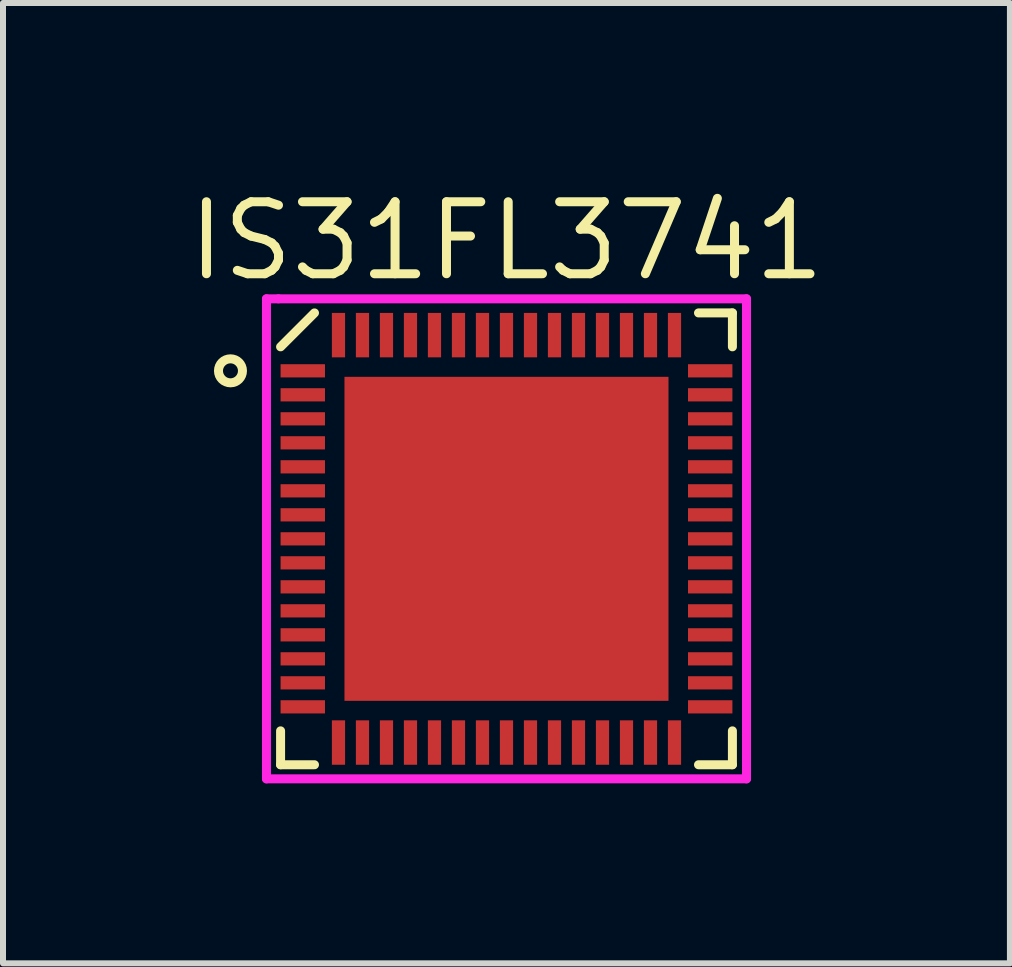
<source format=kicad_pcb>
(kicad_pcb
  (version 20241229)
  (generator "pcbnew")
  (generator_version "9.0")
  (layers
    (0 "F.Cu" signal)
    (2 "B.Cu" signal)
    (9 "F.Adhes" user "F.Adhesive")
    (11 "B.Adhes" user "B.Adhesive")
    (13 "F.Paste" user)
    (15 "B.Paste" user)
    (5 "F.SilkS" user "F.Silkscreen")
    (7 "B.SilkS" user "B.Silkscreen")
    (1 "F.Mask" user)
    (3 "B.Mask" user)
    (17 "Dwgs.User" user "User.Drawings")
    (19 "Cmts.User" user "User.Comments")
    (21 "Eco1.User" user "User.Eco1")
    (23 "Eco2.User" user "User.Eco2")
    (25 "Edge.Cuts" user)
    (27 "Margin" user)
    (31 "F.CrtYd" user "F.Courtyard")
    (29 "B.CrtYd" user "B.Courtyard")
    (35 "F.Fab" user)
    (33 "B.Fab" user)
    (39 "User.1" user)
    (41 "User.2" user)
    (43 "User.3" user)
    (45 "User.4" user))
  (footprint "IS31FL3741"
    (layer "F.Cu")
    (at 5.391 5.93)
    (property "Reference" "IS31FL3741" (at 0 -4.965 0) (layer "F.SilkS") (effects (font (size 1.2 1.2) (thickness 0.15))))
    (attr through_hole)
    (fp_line (start -3.765 -3.2) (end -3.2 -3.765) (stroke (width 0.15) (type solid)) (layer "F.SilkS"))
    (fp_line (start -3.765 3.765) (end -3.765 3.2) (stroke (width 0.15) (type solid)) (layer "F.SilkS"))
    (fp_line (start -3.2 3.765) (end -3.765 3.765) (stroke (width 0.15) (type solid)) (layer "F.SilkS"))
    (fp_line (start 3.2 -3.765) (end 3.765 -3.765) (stroke (width 0.15) (type solid)) (layer "F.SilkS"))
    (fp_line (start 3.2 3.765) (end 3.765 3.765) (stroke (width 0.15) (type solid)) (layer "F.SilkS"))
    (fp_line (start 3.765 -3.765) (end 3.765 -3.2) (stroke (width 0.15) (type solid)) (layer "F.SilkS"))
    (fp_line (start 3.765 3.765) (end 3.765 3.2) (stroke (width 0.15) (type solid)) (layer "F.SilkS"))
    (fp_circle (center -4.6 -2.8) (end -4.8 -2.8) (stroke (width 0.15) (type solid)) (fill no) (layer "F.SilkS"))
    (fp_line (start -4 -4) (end -3.8 -4) (stroke (width 0.15) (type solid)) (layer "F.CrtYd"))
    (fp_line (start -4 4) (end -4 -4) (stroke (width 0.15) (type solid)) (layer "F.CrtYd"))
    (fp_line (start -3.8 -4) (end 4 -4) (stroke (width 0.15) (type solid)) (layer "F.CrtYd"))
    (fp_line (start 4 -4) (end 4 4) (stroke (width 0.15) (type solid)) (layer "F.CrtYd"))
    (fp_line (start 4 4) (end -4 4) (stroke (width 0.15) (type solid)) (layer "F.CrtYd"))
    (pad "1" smd rect (at -3.395 -2.8 90) (size 0.22 0.74) (layers "F.Cu" "F.Mask" "F.Paste"))
    (pad "2" smd rect (at -3.395 -2.4 90) (size 0.22 0.74) (layers "F.Cu" "F.Mask" "F.Paste"))
    (pad "3" smd rect (at -3.395 -2 90) (size 0.22 0.74) (layers "F.Cu" "F.Mask" "F.Paste"))
    (pad "4" smd rect (at -3.395 -1.6 90) (size 0.22 0.74) (layers "F.Cu" "F.Mask" "F.Paste"))
    (pad "5" smd rect (at -3.395 -1.2 90) (size 0.22 0.74) (layers "F.Cu" "F.Mask" "F.Paste"))
    (pad "6" smd rect (at -3.395 -0.8 90) (size 0.22 0.74) (layers "F.Cu" "F.Mask" "F.Paste"))
    (pad "7" smd rect (at -3.395 -0.4 90) (size 0.22 0.74) (layers "F.Cu" "F.Mask" "F.Paste"))
    (pad "8" smd rect (at -3.395 0 90) (size 0.22 0.74) (layers "F.Cu" "F.Mask" "F.Paste"))
    (pad "9" smd rect (at -3.395 0.4 90) (size 0.22 0.74) (layers "F.Cu" "F.Mask" "F.Paste"))
    (pad "10" smd rect (at -3.395 0.8 90) (size 0.22 0.74) (layers "F.Cu" "F.Mask" "F.Paste"))
    (pad "11" smd rect (at -3.395 1.2 90) (size 0.22 0.74) (layers "F.Cu" "F.Mask" "F.Paste"))
    (pad "12" smd rect (at -3.395 1.6 90) (size 0.22 0.74) (layers "F.Cu" "F.Mask" "F.Paste"))
    (pad "13" smd rect (at -3.395 2 90) (size 0.22 0.74) (layers "F.Cu" "F.Mask" "F.Paste"))
    (pad "14" smd rect (at -3.395 2.4 90) (size 0.22 0.74) (layers "F.Cu" "F.Mask" "F.Paste"))
    (pad "15" smd rect (at -3.395 2.8 90) (size 0.22 0.74) (layers "F.Cu" "F.Mask" "F.Paste"))
    (pad "16" smd rect (at -2.8 3.395) (size 0.22 0.74) (layers "F.Cu" "F.Mask" "F.Paste"))
    (pad "17" smd rect (at -2.4 3.395) (size 0.22 0.74) (layers "F.Cu" "F.Mask" "F.Paste"))
    (pad "18" smd rect (at -2 3.395) (size 0.22 0.74) (layers "F.Cu" "F.Mask" "F.Paste"))
    (pad "19" smd rect (at -1.6 3.395) (size 0.22 0.74) (layers "F.Cu" "F.Mask" "F.Paste"))
    (pad "20" smd rect (at -1.2 3.395) (size 0.22 0.74) (layers "F.Cu" "F.Mask" "F.Paste"))
    (pad "21" smd rect (at -0.8 3.395) (size 0.22 0.74) (layers "F.Cu" "F.Mask" "F.Paste"))
    (pad "22" smd rect (at -0.4 3.395) (size 0.22 0.74) (layers "F.Cu" "F.Mask" "F.Paste"))
    (pad "23" smd rect (at 0 3.395) (size 0.22 0.74) (layers "F.Cu" "F.Mask" "F.Paste"))
    (pad "24" smd rect (at 0.4 3.395) (size 0.22 0.74) (layers "F.Cu" "F.Mask" "F.Paste"))
    (pad "25" smd rect (at 0.8 3.395) (size 0.22 0.74) (layers "F.Cu" "F.Mask" "F.Paste"))
    (pad "26" smd rect (at 1.2 3.395) (size 0.22 0.74) (layers "F.Cu" "F.Mask" "F.Paste"))
    (pad "27" smd rect (at 1.6 3.395) (size 0.22 0.74) (layers "F.Cu" "F.Mask" "F.Paste"))
    (pad "28" smd rect (at 2 3.395) (size 0.22 0.74) (layers "F.Cu" "F.Mask" "F.Paste"))
    (pad "29" smd rect (at 2.4 3.395) (size 0.22 0.74) (layers "F.Cu" "F.Mask" "F.Paste"))
    (pad "30" smd rect (at 2.8 3.395) (size 0.22 0.74) (layers "F.Cu" "F.Mask" "F.Paste"))
    (pad "31" smd rect (at 3.395 2.8 90) (size 0.22 0.74) (layers "F.Cu" "F.Mask" "F.Paste"))
    (pad "32" smd rect (at 3.395 2.4 90) (size 0.22 0.74) (layers "F.Cu" "F.Mask" "F.Paste"))
    (pad "33" smd rect (at 3.395 2 90) (size 0.22 0.74) (layers "F.Cu" "F.Mask" "F.Paste"))
    (pad "34" smd rect (at 3.395 1.6 90) (size 0.22 0.74) (layers "F.Cu" "F.Mask" "F.Paste"))
    (pad "35" smd rect (at 3.395 1.2 90) (size 0.22 0.74) (layers "F.Cu" "F.Mask" "F.Paste"))
    (pad "36" smd rect (at 3.395 0.8 90) (size 0.22 0.74) (layers "F.Cu" "F.Mask" "F.Paste"))
    (pad "37" smd rect (at 3.395 0.4 90) (size 0.22 0.74) (layers "F.Cu" "F.Mask" "F.Paste"))
    (pad "38" smd rect (at 3.395 0 90) (size 0.22 0.74) (layers "F.Cu" "F.Mask" "F.Paste"))
    (pad "39" smd rect (at 3.395 -0.4 90) (size 0.22 0.74) (layers "F.Cu" "F.Mask" "F.Paste"))
    (pad "40" smd rect (at 3.395 -0.8 90) (size 0.22 0.74) (layers "F.Cu" "F.Mask" "F.Paste"))
    (pad "41" smd rect (at 3.395 -1.2 90) (size 0.22 0.74) (layers "F.Cu" "F.Mask" "F.Paste"))
    (pad "42" smd rect (at 3.395 -1.6 90) (size 0.22 0.74) (layers "F.Cu" "F.Mask" "F.Paste"))
    (pad "43" smd rect (at 3.395 -2 90) (size 0.22 0.74) (layers "F.Cu" "F.Mask" "F.Paste"))
    (pad "44" smd rect (at 3.395 -2.4 90) (size 0.22 0.74) (layers "F.Cu" "F.Mask" "F.Paste"))
    (pad "45" smd rect (at 3.395 -2.8 90) (size 0.22 0.74) (layers "F.Cu" "F.Mask" "F.Paste"))
    (pad "46" smd rect (at 2.8 -3.395) (size 0.22 0.74) (layers "F.Cu" "F.Mask" "F.Paste"))
    (pad "47" smd rect (at 2.4 -3.395) (size 0.22 0.74) (layers "F.Cu" "F.Mask" "F.Paste"))
    (pad "48" smd rect (at 2 -3.395) (size 0.22 0.74) (layers "F.Cu" "F.Mask" "F.Paste"))
    (pad "49" smd rect (at 1.6 -3.395) (size 0.22 0.74) (layers "F.Cu" "F.Mask" "F.Paste"))
    (pad "50" smd rect (at 1.2 -3.395) (size 0.22 0.74) (layers "F.Cu" "F.Mask" "F.Paste"))
    (pad "51" smd rect (at 0.8 -3.395) (size 0.22 0.74) (layers "F.Cu" "F.Mask" "F.Paste"))
    (pad "52" smd rect (at 0.4 -3.395) (size 0.22 0.74) (layers "F.Cu" "F.Mask" "F.Paste"))
    (pad "53" smd rect (at 0 -3.395) (size 0.22 0.74) (layers "F.Cu" "F.Mask" "F.Paste"))
    (pad "54" smd rect (at -0.4 -3.395) (size 0.22 0.74) (layers "F.Cu" "F.Mask" "F.Paste"))
    (pad "55" smd rect (at -0.8 -3.395) (size 0.22 0.74) (layers "F.Cu" "F.Mask" "F.Paste"))
    (pad "56" smd rect (at -1.2 -3.395) (size 0.22 0.74) (layers "F.Cu" "F.Mask" "F.Paste"))
    (pad "57" smd rect (at -1.6 -3.395) (size 0.22 0.74) (layers "F.Cu" "F.Mask" "F.Paste"))
    (pad "58" smd rect (at -2 -3.395) (size 0.22 0.74) (layers "F.Cu" "F.Mask" "F.Paste"))
    (pad "59" smd rect (at -2.4 -3.395) (size 0.22 0.74) (layers "F.Cu" "F.Mask" "F.Paste"))
    (pad "60" smd rect (at -2.8 -3.395) (size 0.22 0.74) (layers "F.Cu" "F.Mask" "F.Paste"))
    (pad "THER" smd rect (at 0 0) (size 5.4 5.4) (layers "F.Cu" "F.Mask" "F.Paste")))
  (gr_rect
    (start -3 -3)
    (end 13.781 13.005)
    (stroke (width 0.1) (type default))
    (fill no)
    (layer "Edge.Cuts")))
</source>
